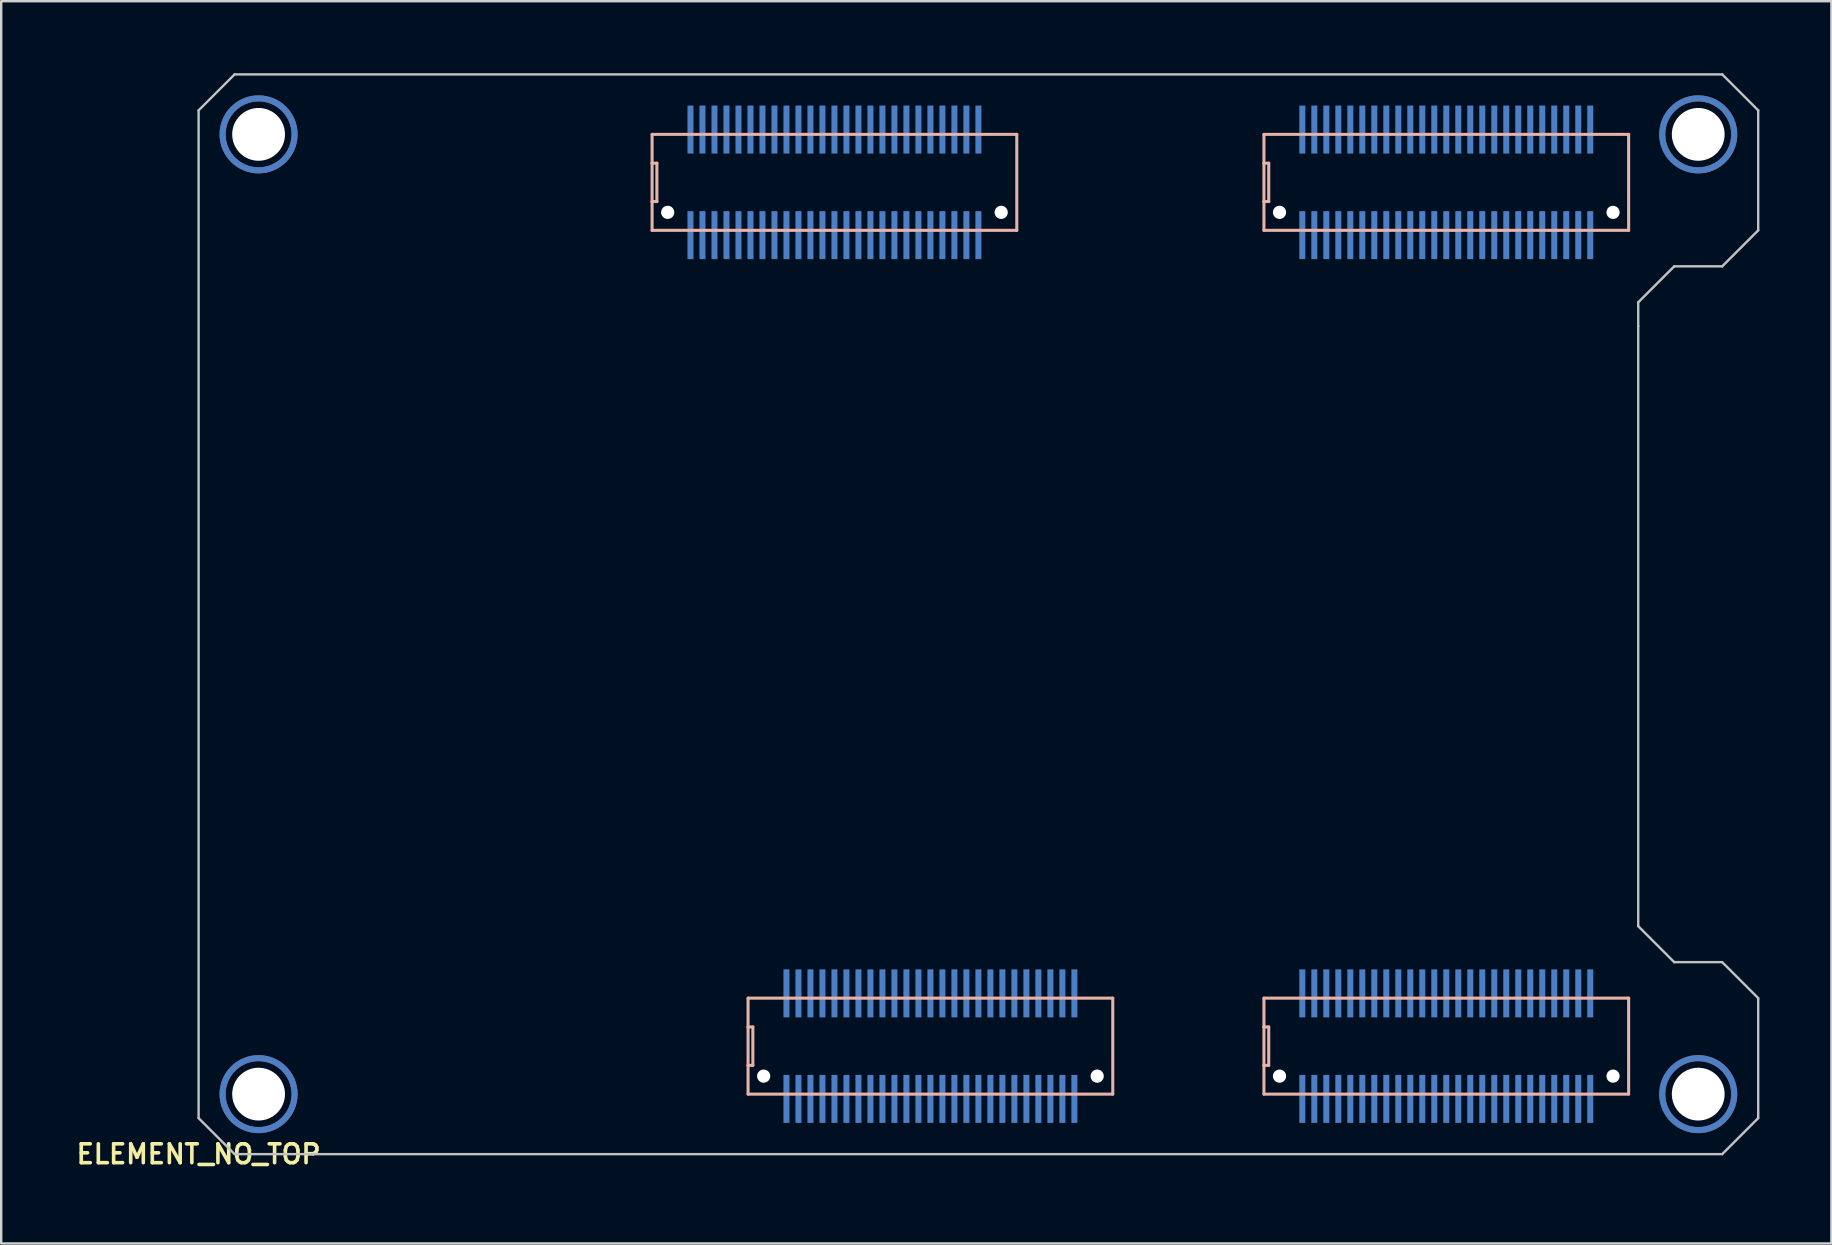
<source format=kicad_pcb>
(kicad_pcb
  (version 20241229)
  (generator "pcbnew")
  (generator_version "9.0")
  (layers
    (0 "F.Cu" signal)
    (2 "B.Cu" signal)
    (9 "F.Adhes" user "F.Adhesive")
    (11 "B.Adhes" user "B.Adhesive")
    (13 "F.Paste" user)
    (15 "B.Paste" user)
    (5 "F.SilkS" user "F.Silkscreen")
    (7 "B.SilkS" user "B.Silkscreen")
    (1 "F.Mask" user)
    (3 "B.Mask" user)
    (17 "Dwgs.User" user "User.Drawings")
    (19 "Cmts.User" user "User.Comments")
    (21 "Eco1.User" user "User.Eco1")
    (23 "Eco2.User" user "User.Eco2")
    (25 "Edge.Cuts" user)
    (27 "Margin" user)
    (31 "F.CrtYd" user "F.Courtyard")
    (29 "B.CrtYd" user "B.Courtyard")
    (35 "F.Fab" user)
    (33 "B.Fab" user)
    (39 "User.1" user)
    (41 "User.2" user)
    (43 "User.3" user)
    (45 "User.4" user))
  (footprint "ELEMENT_NO_TOP"
    (layer "F.Cu")
    (at 5.227 45.05)
    (property "Reference" "ELEMENT_NO_TOP" (at 0 0 0) (layer "F.SilkS") (effects (font (size 0.787 0.787) (thickness 0.15))))
    (attr smd)
    (fp_circle (center 2.5 -42.5) (end 4 -42.5) (stroke (width 0.254) (type solid)) (fill no) (layer "F.Cu"))
    (fp_circle (center 2.5 -2.5) (end 4 -2.5) (stroke (width 0.254) (type solid)) (fill no) (layer "F.Cu"))
    (fp_circle (center 62.5 -42.5) (end 64 -42.5) (stroke (width 0.254) (type solid)) (fill no) (layer "F.Cu"))
    (fp_circle (center 62.5 -2.5) (end 64 -2.5) (stroke (width 0.254) (type solid)) (fill no) (layer "F.Cu"))
    (fp_circle (center 2.5 -42.5) (end 4 -42.5) (stroke (width 0.254) (type solid)) (fill no) (layer "F.Mask"))
    (fp_circle (center 2.5 -2.5) (end 4 -2.5) (stroke (width 0.254) (type solid)) (fill no) (layer "F.Mask"))
    (fp_circle (center 62.5 -42.5) (end 64 -42.5) (stroke (width 0.254) (type solid)) (fill no) (layer "F.Mask"))
    (fp_circle (center 62.5 -2.5) (end 64 -2.5) (stroke (width 0.254) (type solid)) (fill no) (layer "F.Mask"))
    (fp_circle (center 2.5 -42.5) (end 4 -42.5) (stroke (width 0.254) (type solid)) (fill no) (layer "B.Cu"))
    (fp_circle (center 2.5 -2.5) (end 4 -2.5) (stroke (width 0.254) (type solid)) (fill no) (layer "B.Cu"))
    (fp_circle (center 62.5 -42.5) (end 64 -42.5) (stroke (width 0.254) (type solid)) (fill no) (layer "B.Cu"))
    (fp_circle (center 62.5 -2.5) (end 64 -2.5) (stroke (width 0.254) (type solid)) (fill no) (layer "B.Cu"))
    (fp_circle (center 2.5 -42.5) (end 4 -42.5) (stroke (width 0.254) (type solid)) (fill no) (layer "B.Mask"))
    (fp_circle (center 2.5 -2.5) (end 4 -2.5) (stroke (width 0.254) (type solid)) (fill no) (layer "B.Mask"))
    (fp_circle (center 62.5 -42.5) (end 64 -42.5) (stroke (width 0.254) (type solid)) (fill no) (layer "B.Mask"))
    (fp_circle (center 62.5 -2.5) (end 64 -2.5) (stroke (width 0.254) (type solid)) (fill no) (layer "B.Mask"))
    (fp_line (start 18.9 -42.5) (end 18.9 -41.3) (stroke (width 0.127) (type solid)) (layer "B.SilkS"))
    (fp_line (start 18.9 -41.3) (end 18.9 -39.7) (stroke (width 0.127) (type solid)) (layer "B.SilkS"))
    (fp_line (start 18.9 -41.3) (end 19.1 -41.3) (stroke (width 0.127) (type solid)) (layer "B.SilkS"))
    (fp_line (start 18.9 -39.7) (end 18.9 -38.5) (stroke (width 0.127) (type solid)) (layer "B.SilkS"))
    (fp_line (start 18.9 -38.5) (end 34.1 -38.5) (stroke (width 0.127) (type solid)) (layer "B.SilkS"))
    (fp_line (start 19.1 -41.3) (end 19.1 -39.7) (stroke (width 0.127) (type solid)) (layer "B.SilkS"))
    (fp_line (start 19.1 -39.7) (end 18.9 -39.7) (stroke (width 0.127) (type solid)) (layer "B.SilkS"))
    (fp_line (start 22.9 -6.5) (end 22.9 -5.3) (stroke (width 0.127) (type solid)) (layer "B.SilkS"))
    (fp_line (start 22.9 -5.3) (end 22.9 -3.7) (stroke (width 0.127) (type solid)) (layer "B.SilkS"))
    (fp_line (start 22.9 -5.3) (end 23.1 -5.3) (stroke (width 0.127) (type solid)) (layer "B.SilkS"))
    (fp_line (start 22.9 -3.7) (end 22.9 -2.5) (stroke (width 0.127) (type solid)) (layer "B.SilkS"))
    (fp_line (start 22.9 -2.5) (end 38.1 -2.5) (stroke (width 0.127) (type solid)) (layer "B.SilkS"))
    (fp_line (start 23.1 -5.3) (end 23.1 -3.7) (stroke (width 0.127) (type solid)) (layer "B.SilkS"))
    (fp_line (start 23.1 -3.7) (end 22.9 -3.7) (stroke (width 0.127) (type solid)) (layer "B.SilkS"))
    (fp_line (start 34.1 -42.5) (end 18.9 -42.5) (stroke (width 0.127) (type solid)) (layer "B.SilkS"))
    (fp_line (start 34.1 -38.5) (end 34.1 -42.5) (stroke (width 0.127) (type solid)) (layer "B.SilkS"))
    (fp_line (start 38.1 -6.5) (end 22.9 -6.5) (stroke (width 0.127) (type solid)) (layer "B.SilkS"))
    (fp_line (start 38.1 -2.5) (end 38.1 -6.5) (stroke (width 0.127) (type solid)) (layer "B.SilkS"))
    (fp_line (start 44.4 -42.5) (end 44.4 -41.3) (stroke (width 0.127) (type solid)) (layer "B.SilkS"))
    (fp_line (start 44.4 -41.3) (end 44.4 -39.7) (stroke (width 0.127) (type solid)) (layer "B.SilkS"))
    (fp_line (start 44.4 -41.3) (end 44.6 -41.3) (stroke (width 0.127) (type solid)) (layer "B.SilkS"))
    (fp_line (start 44.4 -39.7) (end 44.4 -38.5) (stroke (width 0.127) (type solid)) (layer "B.SilkS"))
    (fp_line (start 44.4 -38.5) (end 59.6 -38.5) (stroke (width 0.127) (type solid)) (layer "B.SilkS"))
    (fp_line (start 44.4 -6.5) (end 44.4 -5.3) (stroke (width 0.127) (type solid)) (layer "B.SilkS"))
    (fp_line (start 44.4 -5.3) (end 44.4 -3.7) (stroke (width 0.127) (type solid)) (layer "B.SilkS"))
    (fp_line (start 44.4 -5.3) (end 44.6 -5.3) (stroke (width 0.127) (type solid)) (layer "B.SilkS"))
    (fp_line (start 44.4 -3.7) (end 44.4 -2.5) (stroke (width 0.127) (type solid)) (layer "B.SilkS"))
    (fp_line (start 44.4 -2.5) (end 59.6 -2.5) (stroke (width 0.127) (type solid)) (layer "B.SilkS"))
    (fp_line (start 44.6 -41.3) (end 44.6 -39.7) (stroke (width 0.127) (type solid)) (layer "B.SilkS"))
    (fp_line (start 44.6 -39.7) (end 44.4 -39.7) (stroke (width 0.127) (type solid)) (layer "B.SilkS"))
    (fp_line (start 44.6 -5.3) (end 44.6 -3.7) (stroke (width 0.127) (type solid)) (layer "B.SilkS"))
    (fp_line (start 44.6 -3.7) (end 44.4 -3.7) (stroke (width 0.127) (type solid)) (layer "B.SilkS"))
    (fp_line (start 59.6 -42.5) (end 44.4 -42.5) (stroke (width 0.127) (type solid)) (layer "B.SilkS"))
    (fp_line (start 59.6 -38.5) (end 59.6 -42.5) (stroke (width 0.127) (type solid)) (layer "B.SilkS"))
    (fp_line (start 59.6 -6.5) (end 44.4 -6.5) (stroke (width 0.127) (type solid)) (layer "B.SilkS"))
    (fp_line (start 59.6 -2.5) (end 59.6 -6.5) (stroke (width 0.127) (type solid)) (layer "B.SilkS"))
    (fp_line (start 0 -43.5) (end 0 -1.5) (stroke (width 0.1) (type solid)) (layer "Dwgs.User"))
    (fp_line (start 0 -1.5) (end 1.5 0) (stroke (width 0.1) (type solid)) (layer "Dwgs.User"))
    (fp_line (start 1.5 -45) (end 0 -43.5) (stroke (width 0.1) (type solid)) (layer "Dwgs.User"))
    (fp_line (start 1.5 0) (end 63.5 0) (stroke (width 0.1) (type solid)) (layer "Dwgs.User"))
    (fp_line (start 60 -35.5) (end 61.5 -37) (stroke (width 0.1) (type solid)) (layer "Dwgs.User"))
    (fp_line (start 60 -34.5) (end 60 -35.5) (stroke (width 0.1) (type solid)) (layer "Dwgs.User"))
    (fp_line (start 60 -9.5) (end 60 -34.5) (stroke (width 0.1) (type solid)) (layer "Dwgs.User"))
    (fp_line (start 61.5 -37) (end 63.5 -37) (stroke (width 0.1) (type solid)) (layer "Dwgs.User"))
    (fp_line (start 61.5 -8) (end 60 -9.5) (stroke (width 0.1) (type solid)) (layer "Dwgs.User"))
    (fp_line (start 63.5 -45) (end 1.5 -45) (stroke (width 0.1) (type solid)) (layer "Dwgs.User"))
    (fp_line (start 63.5 -37) (end 65 -38.5) (stroke (width 0.1) (type solid)) (layer "Dwgs.User"))
    (fp_line (start 63.5 -8) (end 61.5 -8) (stroke (width 0.1) (type solid)) (layer "Dwgs.User"))
    (fp_line (start 63.5 0) (end 65 -1.5) (stroke (width 0.1) (type solid)) (layer "Dwgs.User"))
    (fp_line (start 65 -43.5) (end 63.5 -45) (stroke (width 0.1) (type solid)) (layer "Dwgs.User"))
    (fp_line (start 65 -38.5) (end 65 -43.5) (stroke (width 0.1) (type solid)) (layer "Dwgs.User"))
    (fp_line (start 65 -6.5) (end 63.5 -8) (stroke (width 0.1) (type solid)) (layer "Dwgs.User"))
    (fp_line (start 65 -1.5) (end 65 -6.5) (stroke (width 0.1) (type solid)) (layer "Dwgs.User"))
    (pad "" np_thru_hole circle (at 2.5 -42.5) (size 2.2 2.2) (drill 2.2) (layers "*.Cu" "*.Mask"))
    (pad "" np_thru_hole circle (at 2.5 -2.5) (size 2.2 2.2) (drill 2.2) (layers "*.Cu" "*.Mask"))
    (pad "" np_thru_hole circle (at 19.55 -39.25) (size 0.55 0.55) (drill 0.55) (layers "*.Cu" "*.Mask"))
    (pad "" np_thru_hole circle (at 23.55 -3.25) (size 0.55 0.55) (drill 0.55) (layers "*.Cu" "*.Mask"))
    (pad "" np_thru_hole circle (at 33.45 -39.25) (size 0.55 0.55) (drill 0.55) (layers "*.Cu" "*.Mask"))
    (pad "" np_thru_hole circle (at 37.45 -3.25) (size 0.55 0.55) (drill 0.55) (layers "*.Cu" "*.Mask"))
    (pad "" np_thru_hole circle (at 45.05 -39.25) (size 0.55 0.55) (drill 0.55) (layers "*.Cu" "*.Mask"))
    (pad "" np_thru_hole circle (at 45.05 -3.25) (size 0.55 0.55) (drill 0.55) (layers "*.Cu" "*.Mask"))
    (pad "" np_thru_hole circle (at 58.95 -39.25) (size 0.55 0.55) (drill 0.55) (layers "*.Cu" "*.Mask"))
    (pad "" np_thru_hole circle (at 58.95 -3.25) (size 0.55 0.55) (drill 0.55) (layers "*.Cu" "*.Mask"))
    (pad "" np_thru_hole circle (at 62.5 -42.5) (size 2.2 2.2) (drill 2.2) (layers "*.Cu" "*.Mask"))
    (pad "" np_thru_hole circle (at 62.5 -2.5) (size 2.2 2.2) (drill 2.2) (layers "*.Cu" "*.Mask"))
    (pad "AB_1" smd rect (at 20.5 -38.3 90) (size 2 0.25) (layers "B.Cu" "B.Mask" "B.Paste"))
    (pad "AB_2" smd rect (at 21 -38.3 90) (size 2 0.25) (layers "B.Cu" "B.Mask" "B.Paste"))
    (pad "AB_3" smd rect (at 21.5 -38.3 90) (size 2 0.25) (layers "B.Cu" "B.Mask" "B.Paste"))
    (pad "AB_4" smd rect (at 22 -38.3 90) (size 2 0.25) (layers "B.Cu" "B.Mask" "B.Paste"))
    (pad "AB_5" smd rect (at 22.5 -38.3 90) (size 2 0.25) (layers "B.Cu" "B.Mask" "B.Paste"))
    (pad "AB_6" smd rect (at 23 -38.3 90) (size 2 0.25) (layers "B.Cu" "B.Mask" "B.Paste"))
    (pad "AB_7" smd rect (at 23.5 -38.3 90) (size 2 0.25) (layers "B.Cu" "B.Mask" "B.Paste"))
    (pad "AB_8" smd rect (at 24 -38.3 90) (size 2 0.25) (layers "B.Cu" "B.Mask" "B.Paste"))
    (pad "AB_9" smd rect (at 24.5 -38.3 90) (size 2 0.25) (layers "B.Cu" "B.Mask" "B.Paste"))
    (pad "AB_10" smd rect (at 25 -38.3 90) (size 2 0.25) (layers "B.Cu" "B.Mask" "B.Paste"))
    (pad "AB_11" smd rect (at 25.5 -38.3 90) (size 2 0.25) (layers "B.Cu" "B.Mask" "B.Paste"))
    (pad "AB_12" smd rect (at 26 -38.3 90) (size 2 0.25) (layers "B.Cu" "B.Mask" "B.Paste"))
    (pad "AB_13" smd rect (at 26.5 -38.3 90) (size 2 0.25) (layers "B.Cu" "B.Mask" "B.Paste"))
    (pad "AB_14" smd rect (at 27 -38.3 90) (size 2 0.25) (layers "B.Cu" "B.Mask" "B.Paste"))
    (pad "AB_15" smd rect (at 27.5 -38.3 90) (size 2 0.25) (layers "B.Cu" "B.Mask" "B.Paste"))
    (pad "AB_16" smd rect (at 28 -38.3 90) (size 2 0.25) (layers "B.Cu" "B.Mask" "B.Paste"))
    (pad "AB_17" smd rect (at 28.5 -38.3 90) (size 2 0.25) (layers "B.Cu" "B.Mask" "B.Paste"))
    (pad "AB_18" smd rect (at 29 -38.3 90) (size 2 0.25) (layers "B.Cu" "B.Mask" "B.Paste"))
    (pad "AB_19" smd rect (at 29.5 -38.3 90) (size 2 0.25) (layers "B.Cu" "B.Mask" "B.Paste"))
    (pad "AB_20" smd rect (at 30 -38.3 90) (size 2 0.25) (layers "B.Cu" "B.Mask" "B.Paste"))
    (pad "AB_21" smd rect (at 30.5 -38.3 90) (size 2 0.25) (layers "B.Cu" "B.Mask" "B.Paste"))
    (pad "AB_22" smd rect (at 31 -38.3 90) (size 2 0.25) (layers "B.Cu" "B.Mask" "B.Paste"))
    (pad "AB_23" smd rect (at 31.5 -38.3 90) (size 2 0.25) (layers "B.Cu" "B.Mask" "B.Paste"))
    (pad "AB_24" smd rect (at 32 -38.3 90) (size 2 0.25) (layers "B.Cu" "B.Mask" "B.Paste"))
    (pad "AB_25" smd rect (at 32.5 -38.3 90) (size 2 0.25) (layers "B.Cu" "B.Mask" "B.Paste"))
    (pad "AB_26" smd rect (at 32.5 -42.7 90) (size 2 0.25) (layers "B.Cu" "B.Mask" "B.Paste"))
    (pad "AB_27" smd rect (at 32 -42.7 90) (size 2 0.25) (layers "B.Cu" "B.Mask" "B.Paste"))
    (pad "AB_28" smd rect (at 31.5 -42.7 90) (size 2 0.25) (layers "B.Cu" "B.Mask" "B.Paste"))
    (pad "AB_29" smd rect (at 31 -42.7 90) (size 2 0.25) (layers "B.Cu" "B.Mask" "B.Paste"))
    (pad "AB_30" smd rect (at 30.5 -42.7 90) (size 2 0.25) (layers "B.Cu" "B.Mask" "B.Paste"))
    (pad "AB_31" smd rect (at 30 -42.7 90) (size 2 0.25) (layers "B.Cu" "B.Mask" "B.Paste"))
    (pad "AB_32" smd rect (at 29.5 -42.7 90) (size 2 0.25) (layers "B.Cu" "B.Mask" "B.Paste"))
    (pad "AB_33" smd rect (at 29 -42.7 90) (size 2 0.25) (layers "B.Cu" "B.Mask" "B.Paste"))
    (pad "AB_34" smd rect (at 28.5 -42.7 90) (size 2 0.25) (layers "B.Cu" "B.Mask" "B.Paste"))
    (pad "AB_35" smd rect (at 28 -42.7 90) (size 2 0.25) (layers "B.Cu" "B.Mask" "B.Paste"))
    (pad "AB_36" smd rect (at 27.5 -42.7 90) (size 2 0.25) (layers "B.Cu" "B.Mask" "B.Paste"))
    (pad "AB_37" smd rect (at 27 -42.7 90) (size 2 0.25) (layers "B.Cu" "B.Mask" "B.Paste"))
    (pad "AB_38" smd rect (at 26.5 -42.7 90) (size 2 0.25) (layers "B.Cu" "B.Mask" "B.Paste"))
    (pad "AB_39" smd rect (at 26 -42.7 90) (size 2 0.25) (layers "B.Cu" "B.Mask" "B.Paste"))
    (pad "AB_40" smd rect (at 25.5 -42.7 90) (size 2 0.25) (layers "B.Cu" "B.Mask" "B.Paste"))
    (pad "AB_41" smd rect (at 25 -42.7 90) (size 2 0.25) (layers "B.Cu" "B.Mask" "B.Paste"))
    (pad "AB_42" smd rect (at 24.5 -42.7 90) (size 2 0.25) (layers "B.Cu" "B.Mask" "B.Paste"))
    (pad "AB_43" smd rect (at 24 -42.7 90) (size 2 0.25) (layers "B.Cu" "B.Mask" "B.Paste"))
    (pad "AB_44" smd rect (at 23.5 -42.7 90) (size 2 0.25) (layers "B.Cu" "B.Mask" "B.Paste"))
    (pad "AB_45" smd rect (at 23 -42.7 90) (size 2 0.25) (layers "B.Cu" "B.Mask" "B.Paste"))
    (pad "AB_46" smd rect (at 22.5 -42.7 90) (size 2 0.25) (layers "B.Cu" "B.Mask" "B.Paste"))
    (pad "AB_47" smd rect (at 22 -42.7 90) (size 2 0.25) (layers "B.Cu" "B.Mask" "B.Paste"))
    (pad "AB_48" smd rect (at 21.5 -42.7 90) (size 2 0.25) (layers "B.Cu" "B.Mask" "B.Paste"))
    (pad "AB_49" smd rect (at 21 -42.7 90) (size 2 0.25) (layers "B.Cu" "B.Mask" "B.Paste"))
    (pad "AB_50" smd rect (at 20.5 -42.7 90) (size 2 0.25) (layers "B.Cu" "B.Mask" "B.Paste"))
    (pad "BB_1" smd rect (at 46 -38.3 90) (size 2 0.25) (layers "B.Cu" "B.Mask" "B.Paste"))
    (pad "BB_2" smd rect (at 46.5 -38.3 90) (size 2 0.25) (layers "B.Cu" "B.Mask" "B.Paste"))
    (pad "BB_3" smd rect (at 47 -38.3 90) (size 2 0.25) (layers "B.Cu" "B.Mask" "B.Paste"))
    (pad "BB_4" smd rect (at 47.5 -38.3 90) (size 2 0.25) (layers "B.Cu" "B.Mask" "B.Paste"))
    (pad "BB_5" smd rect (at 48 -38.3 90) (size 2 0.25) (layers "B.Cu" "B.Mask" "B.Paste"))
    (pad "BB_6" smd rect (at 48.5 -38.3 90) (size 2 0.25) (layers "B.Cu" "B.Mask" "B.Paste"))
    (pad "BB_7" smd rect (at 49 -38.3 90) (size 2 0.25) (layers "B.Cu" "B.Mask" "B.Paste"))
    (pad "BB_8" smd rect (at 49.5 -38.3 90) (size 2 0.25) (layers "B.Cu" "B.Mask" "B.Paste"))
    (pad "BB_9" smd rect (at 50 -38.3 90) (size 2 0.25) (layers "B.Cu" "B.Mask" "B.Paste"))
    (pad "BB_10" smd rect (at 50.5 -38.3 90) (size 2 0.25) (layers "B.Cu" "B.Mask" "B.Paste"))
    (pad "BB_11" smd rect (at 51 -38.3 90) (size 2 0.25) (layers "B.Cu" "B.Mask" "B.Paste"))
    (pad "BB_12" smd rect (at 51.5 -38.3 90) (size 2 0.25) (layers "B.Cu" "B.Mask" "B.Paste"))
    (pad "BB_13" smd rect (at 52 -38.3 90) (size 2 0.25) (layers "B.Cu" "B.Mask" "B.Paste"))
    (pad "BB_14" smd rect (at 52.5 -38.3 90) (size 2 0.25) (layers "B.Cu" "B.Mask" "B.Paste"))
    (pad "BB_15" smd rect (at 53 -38.3 90) (size 2 0.25) (layers "B.Cu" "B.Mask" "B.Paste"))
    (pad "BB_16" smd rect (at 53.5 -38.3 90) (size 2 0.25) (layers "B.Cu" "B.Mask" "B.Paste"))
    (pad "BB_17" smd rect (at 54 -38.3 90) (size 2 0.25) (layers "B.Cu" "B.Mask" "B.Paste"))
    (pad "BB_18" smd rect (at 54.5 -38.3 90) (size 2 0.25) (layers "B.Cu" "B.Mask" "B.Paste"))
    (pad "BB_19" smd rect (at 55 -38.3 90) (size 2 0.25) (layers "B.Cu" "B.Mask" "B.Paste"))
    (pad "BB_20" smd rect (at 55.5 -38.3 90) (size 2 0.25) (layers "B.Cu" "B.Mask" "B.Paste"))
    (pad "BB_21" smd rect (at 56 -38.3 90) (size 2 0.25) (layers "B.Cu" "B.Mask" "B.Paste"))
    (pad "BB_22" smd rect (at 56.5 -38.3 90) (size 2 0.25) (layers "B.Cu" "B.Mask" "B.Paste"))
    (pad "BB_23" smd rect (at 57 -38.3 90) (size 2 0.25) (layers "B.Cu" "B.Mask" "B.Paste"))
    (pad "BB_24" smd rect (at 57.5 -38.3 90) (size 2 0.25) (layers "B.Cu" "B.Mask" "B.Paste"))
    (pad "BB_25" smd rect (at 58 -38.3 90) (size 2 0.25) (layers "B.Cu" "B.Mask" "B.Paste"))
    (pad "BB_26" smd rect (at 58 -42.7 90) (size 2 0.25) (layers "B.Cu" "B.Mask" "B.Paste"))
    (pad "BB_27" smd rect (at 57.5 -42.7 90) (size 2 0.25) (layers "B.Cu" "B.Mask" "B.Paste"))
    (pad "BB_28" smd rect (at 57 -42.7 90) (size 2 0.25) (layers "B.Cu" "B.Mask" "B.Paste"))
    (pad "BB_29" smd rect (at 56.5 -42.7 90) (size 2 0.25) (layers "B.Cu" "B.Mask" "B.Paste"))
    (pad "BB_30" smd rect (at 56 -42.7 90) (size 2 0.25) (layers "B.Cu" "B.Mask" "B.Paste"))
    (pad "BB_31" smd rect (at 55.5 -42.7 90) (size 2 0.25) (layers "B.Cu" "B.Mask" "B.Paste"))
    (pad "BB_32" smd rect (at 55 -42.7 90) (size 2 0.25) (layers "B.Cu" "B.Mask" "B.Paste"))
    (pad "BB_33" smd rect (at 54.5 -42.7 90) (size 2 0.25) (layers "B.Cu" "B.Mask" "B.Paste"))
    (pad "BB_34" smd rect (at 54 -42.7 90) (size 2 0.25) (layers "B.Cu" "B.Mask" "B.Paste"))
    (pad "BB_35" smd rect (at 53.5 -42.7 90) (size 2 0.25) (layers "B.Cu" "B.Mask" "B.Paste"))
    (pad "BB_36" smd rect (at 53 -42.7 90) (size 2 0.25) (layers "B.Cu" "B.Mask" "B.Paste"))
    (pad "BB_37" smd rect (at 52.5 -42.7 90) (size 2 0.25) (layers "B.Cu" "B.Mask" "B.Paste"))
    (pad "BB_38" smd rect (at 52 -42.7 90) (size 2 0.25) (layers "B.Cu" "B.Mask" "B.Paste"))
    (pad "BB_39" smd rect (at 51.5 -42.7 90) (size 2 0.25) (layers "B.Cu" "B.Mask" "B.Paste"))
    (pad "BB_40" smd rect (at 51 -42.7 90) (size 2 0.25) (layers "B.Cu" "B.Mask" "B.Paste"))
    (pad "BB_41" smd rect (at 50.5 -42.7 90) (size 2 0.25) (layers "B.Cu" "B.Mask" "B.Paste"))
    (pad "BB_42" smd rect (at 50 -42.7 90) (size 2 0.25) (layers "B.Cu" "B.Mask" "B.Paste"))
    (pad "BB_43" smd rect (at 49.5 -42.7 90) (size 2 0.25) (layers "B.Cu" "B.Mask" "B.Paste"))
    (pad "BB_44" smd rect (at 49 -42.7 90) (size 2 0.25) (layers "B.Cu" "B.Mask" "B.Paste"))
    (pad "BB_45" smd rect (at 48.5 -42.7 90) (size 2 0.25) (layers "B.Cu" "B.Mask" "B.Paste"))
    (pad "BB_46" smd rect (at 48 -42.7 90) (size 2 0.25) (layers "B.Cu" "B.Mask" "B.Paste"))
    (pad "BB_47" smd rect (at 47.5 -42.7 90) (size 2 0.25) (layers "B.Cu" "B.Mask" "B.Paste"))
    (pad "BB_48" smd rect (at 47 -42.7 90) (size 2 0.25) (layers "B.Cu" "B.Mask" "B.Paste"))
    (pad "BB_49" smd rect (at 46.5 -42.7 90) (size 2 0.25) (layers "B.Cu" "B.Mask" "B.Paste"))
    (pad "BB_50" smd rect (at 46 -42.7 90) (size 2 0.25) (layers "B.Cu" "B.Mask" "B.Paste"))
    (pad "CB_1" smd rect (at 24.5 -2.3 90) (size 2 0.25) (layers "B.Cu" "B.Mask" "B.Paste"))
    (pad "CB_2" smd rect (at 25 -2.3 90) (size 2 0.25) (layers "B.Cu" "B.Mask" "B.Paste"))
    (pad "CB_3" smd rect (at 25.5 -2.3 90) (size 2 0.25) (layers "B.Cu" "B.Mask" "B.Paste"))
    (pad "CB_4" smd rect (at 26 -2.3 90) (size 2 0.25) (layers "B.Cu" "B.Mask" "B.Paste"))
    (pad "CB_5" smd rect (at 26.5 -2.3 90) (size 2 0.25) (layers "B.Cu" "B.Mask" "B.Paste"))
    (pad "CB_6" smd rect (at 27 -2.3 90) (size 2 0.25) (layers "B.Cu" "B.Mask" "B.Paste"))
    (pad "CB_7" smd rect (at 27.5 -2.3 90) (size 2 0.25) (layers "B.Cu" "B.Mask" "B.Paste"))
    (pad "CB_8" smd rect (at 28 -2.3 90) (size 2 0.25) (layers "B.Cu" "B.Mask" "B.Paste"))
    (pad "CB_9" smd rect (at 28.5 -2.3 90) (size 2 0.25) (layers "B.Cu" "B.Mask" "B.Paste"))
    (pad "CB_10" smd rect (at 29 -2.3 90) (size 2 0.25) (layers "B.Cu" "B.Mask" "B.Paste"))
    (pad "CB_11" smd rect (at 29.5 -2.3 90) (size 2 0.25) (layers "B.Cu" "B.Mask" "B.Paste"))
    (pad "CB_12" smd rect (at 30 -2.3 90) (size 2 0.25) (layers "B.Cu" "B.Mask" "B.Paste"))
    (pad "CB_13" smd rect (at 30.5 -2.3 90) (size 2 0.25) (layers "B.Cu" "B.Mask" "B.Paste"))
    (pad "CB_14" smd rect (at 31 -2.3 90) (size 2 0.25) (layers "B.Cu" "B.Mask" "B.Paste"))
    (pad "CB_15" smd rect (at 31.5 -2.3 90) (size 2 0.25) (layers "B.Cu" "B.Mask" "B.Paste"))
    (pad "CB_16" smd rect (at 32 -2.3 90) (size 2 0.25) (layers "B.Cu" "B.Mask" "B.Paste"))
    (pad "CB_17" smd rect (at 32.5 -2.3 90) (size 2 0.25) (layers "B.Cu" "B.Mask" "B.Paste"))
    (pad "CB_18" smd rect (at 33 -2.3 90) (size 2 0.25) (layers "B.Cu" "B.Mask" "B.Paste"))
    (pad "CB_19" smd rect (at 33.5 -2.3 90) (size 2 0.25) (layers "B.Cu" "B.Mask" "B.Paste"))
    (pad "CB_20" smd rect (at 34 -2.3 90) (size 2 0.25) (layers "B.Cu" "B.Mask" "B.Paste"))
    (pad "CB_21" smd rect (at 34.5 -2.3 90) (size 2 0.25) (layers "B.Cu" "B.Mask" "B.Paste"))
    (pad "CB_22" smd rect (at 35 -2.3 90) (size 2 0.25) (layers "B.Cu" "B.Mask" "B.Paste"))
    (pad "CB_23" smd rect (at 35.5 -2.3 90) (size 2 0.25) (layers "B.Cu" "B.Mask" "B.Paste"))
    (pad "CB_24" smd rect (at 36 -2.3 90) (size 2 0.25) (layers "B.Cu" "B.Mask" "B.Paste"))
    (pad "CB_25" smd rect (at 36.5 -2.3 90) (size 2 0.25) (layers "B.Cu" "B.Mask" "B.Paste"))
    (pad "CB_26" smd rect (at 36.5 -6.7 90) (size 2 0.25) (layers "B.Cu" "B.Mask" "B.Paste"))
    (pad "CB_27" smd rect (at 36 -6.7 90) (size 2 0.25) (layers "B.Cu" "B.Mask" "B.Paste"))
    (pad "CB_28" smd rect (at 35.5 -6.7 90) (size 2 0.25) (layers "B.Cu" "B.Mask" "B.Paste"))
    (pad "CB_29" smd rect (at 35 -6.7 90) (size 2 0.25) (layers "B.Cu" "B.Mask" "B.Paste"))
    (pad "CB_30" smd rect (at 34.5 -6.7 90) (size 2 0.25) (layers "B.Cu" "B.Mask" "B.Paste"))
    (pad "CB_31" smd rect (at 34 -6.7 90) (size 2 0.25) (layers "B.Cu" "B.Mask" "B.Paste"))
    (pad "CB_32" smd rect (at 33.5 -6.7 90) (size 2 0.25) (layers "B.Cu" "B.Mask" "B.Paste"))
    (pad "CB_33" smd rect (at 33 -6.7 90) (size 2 0.25) (layers "B.Cu" "B.Mask" "B.Paste"))
    (pad "CB_34" smd rect (at 32.5 -6.7 90) (size 2 0.25) (layers "B.Cu" "B.Mask" "B.Paste"))
    (pad "CB_35" smd rect (at 32 -6.7 90) (size 2 0.25) (layers "B.Cu" "B.Mask" "B.Paste"))
    (pad "CB_36" smd rect (at 31.5 -6.7 90) (size 2 0.25) (layers "B.Cu" "B.Mask" "B.Paste"))
    (pad "CB_37" smd rect (at 31 -6.7 90) (size 2 0.25) (layers "B.Cu" "B.Mask" "B.Paste"))
    (pad "CB_38" smd rect (at 30.5 -6.7 90) (size 2 0.25) (layers "B.Cu" "B.Mask" "B.Paste"))
    (pad "CB_39" smd rect (at 30 -6.7 90) (size 2 0.25) (layers "B.Cu" "B.Mask" "B.Paste"))
    (pad "CB_40" smd rect (at 29.5 -6.7 90) (size 2 0.25) (layers "B.Cu" "B.Mask" "B.Paste"))
    (pad "CB_41" smd rect (at 29 -6.7 90) (size 2 0.25) (layers "B.Cu" "B.Mask" "B.Paste"))
    (pad "CB_42" smd rect (at 28.5 -6.7 90) (size 2 0.25) (layers "B.Cu" "B.Mask" "B.Paste"))
    (pad "CB_43" smd rect (at 28 -6.7 90) (size 2 0.25) (layers "B.Cu" "B.Mask" "B.Paste"))
    (pad "CB_44" smd rect (at 27.5 -6.7 90) (size 2 0.25) (layers "B.Cu" "B.Mask" "B.Paste"))
    (pad "CB_45" smd rect (at 27 -6.7 90) (size 2 0.25) (layers "B.Cu" "B.Mask" "B.Paste"))
    (pad "CB_46" smd rect (at 26.5 -6.7 90) (size 2 0.25) (layers "B.Cu" "B.Mask" "B.Paste"))
    (pad "CB_47" smd rect (at 26 -6.7 90) (size 2 0.25) (layers "B.Cu" "B.Mask" "B.Paste"))
    (pad "CB_48" smd rect (at 25.5 -6.7 90) (size 2 0.25) (layers "B.Cu" "B.Mask" "B.Paste"))
    (pad "CB_49" smd rect (at 25 -6.7 90) (size 2 0.25) (layers "B.Cu" "B.Mask" "B.Paste"))
    (pad "CB_50" smd rect (at 24.5 -6.7 90) (size 2 0.25) (layers "B.Cu" "B.Mask" "B.Paste"))
    (pad "DB_1" smd rect (at 46 -2.3 90) (size 2 0.25) (layers "B.Cu" "B.Mask" "B.Paste"))
    (pad "DB_2" smd rect (at 46.5 -2.3 90) (size 2 0.25) (layers "B.Cu" "B.Mask" "B.Paste"))
    (pad "DB_3" smd rect (at 47 -2.3 90) (size 2 0.25) (layers "B.Cu" "B.Mask" "B.Paste"))
    (pad "DB_4" smd rect (at 47.5 -2.3 90) (size 2 0.25) (layers "B.Cu" "B.Mask" "B.Paste"))
    (pad "DB_5" smd rect (at 48 -2.3 90) (size 2 0.25) (layers "B.Cu" "B.Mask" "B.Paste"))
    (pad "DB_6" smd rect (at 48.5 -2.3 90) (size 2 0.25) (layers "B.Cu" "B.Mask" "B.Paste"))
    (pad "DB_7" smd rect (at 49 -2.3 90) (size 2 0.25) (layers "B.Cu" "B.Mask" "B.Paste"))
    (pad "DB_8" smd rect (at 49.5 -2.3 90) (size 2 0.25) (layers "B.Cu" "B.Mask" "B.Paste"))
    (pad "DB_9" smd rect (at 50 -2.3 90) (size 2 0.25) (layers "B.Cu" "B.Mask" "B.Paste"))
    (pad "DB_10" smd rect (at 50.5 -2.3 90) (size 2 0.25) (layers "B.Cu" "B.Mask" "B.Paste"))
    (pad "DB_11" smd rect (at 51 -2.3 90) (size 2 0.25) (layers "B.Cu" "B.Mask" "B.Paste"))
    (pad "DB_12" smd rect (at 51.5 -2.3 90) (size 2 0.25) (layers "B.Cu" "B.Mask" "B.Paste"))
    (pad "DB_13" smd rect (at 52 -2.3 90) (size 2 0.25) (layers "B.Cu" "B.Mask" "B.Paste"))
    (pad "DB_14" smd rect (at 52.5 -2.3 90) (size 2 0.25) (layers "B.Cu" "B.Mask" "B.Paste"))
    (pad "DB_15" smd rect (at 53 -2.3 90) (size 2 0.25) (layers "B.Cu" "B.Mask" "B.Paste"))
    (pad "DB_16" smd rect (at 53.5 -2.3 90) (size 2 0.25) (layers "B.Cu" "B.Mask" "B.Paste"))
    (pad "DB_17" smd rect (at 54 -2.3 90) (size 2 0.25) (layers "B.Cu" "B.Mask" "B.Paste"))
    (pad "DB_18" smd rect (at 54.5 -2.3 90) (size 2 0.25) (layers "B.Cu" "B.Mask" "B.Paste"))
    (pad "DB_19" smd rect (at 55 -2.3 90) (size 2 0.25) (layers "B.Cu" "B.Mask" "B.Paste"))
    (pad "DB_20" smd rect (at 55.5 -2.3 90) (size 2 0.25) (layers "B.Cu" "B.Mask" "B.Paste"))
    (pad "DB_21" smd rect (at 56 -2.3 90) (size 2 0.25) (layers "B.Cu" "B.Mask" "B.Paste"))
    (pad "DB_22" smd rect (at 56.5 -2.3 90) (size 2 0.25) (layers "B.Cu" "B.Mask" "B.Paste"))
    (pad "DB_23" smd rect (at 57 -2.3 90) (size 2 0.25) (layers "B.Cu" "B.Mask" "B.Paste"))
    (pad "DB_24" smd rect (at 57.5 -2.3 90) (size 2 0.25) (layers "B.Cu" "B.Mask" "B.Paste"))
    (pad "DB_25" smd rect (at 58 -2.3 90) (size 2 0.25) (layers "B.Cu" "B.Mask" "B.Paste"))
    (pad "DB_26" smd rect (at 58 -6.7 90) (size 2 0.25) (layers "B.Cu" "B.Mask" "B.Paste"))
    (pad "DB_27" smd rect (at 57.5 -6.7 90) (size 2 0.25) (layers "B.Cu" "B.Mask" "B.Paste"))
    (pad "DB_28" smd rect (at 57 -6.7 90) (size 2 0.25) (layers "B.Cu" "B.Mask" "B.Paste"))
    (pad "DB_29" smd rect (at 56.5 -6.7 90) (size 2 0.25) (layers "B.Cu" "B.Mask" "B.Paste"))
    (pad "DB_30" smd rect (at 56 -6.7 90) (size 2 0.25) (layers "B.Cu" "B.Mask" "B.Paste"))
    (pad "DB_31" smd rect (at 55.5 -6.7 90) (size 2 0.25) (layers "B.Cu" "B.Mask" "B.Paste"))
    (pad "DB_32" smd rect (at 55 -6.7 90) (size 2 0.25) (layers "B.Cu" "B.Mask" "B.Paste"))
    (pad "DB_33" smd rect (at 54.5 -6.7 90) (size 2 0.25) (layers "B.Cu" "B.Mask" "B.Paste"))
    (pad "DB_34" smd rect (at 54 -6.7 90) (size 2 0.25) (layers "B.Cu" "B.Mask" "B.Paste"))
    (pad "DB_35" smd rect (at 53.5 -6.7 90) (size 2 0.25) (layers "B.Cu" "B.Mask" "B.Paste"))
    (pad "DB_36" smd rect (at 53 -6.7 90) (size 2 0.25) (layers "B.Cu" "B.Mask" "B.Paste"))
    (pad "DB_37" smd rect (at 52.5 -6.7 90) (size 2 0.25) (layers "B.Cu" "B.Mask" "B.Paste"))
    (pad "DB_38" smd rect (at 52 -6.7 90) (size 2 0.25) (layers "B.Cu" "B.Mask" "B.Paste"))
    (pad "DB_39" smd rect (at 51.5 -6.7 90) (size 2 0.25) (layers "B.Cu" "B.Mask" "B.Paste"))
    (pad "DB_40" smd rect (at 51 -6.7 90) (size 2 0.25) (layers "B.Cu" "B.Mask" "B.Paste"))
    (pad "DB_41" smd rect (at 50.5 -6.7 90) (size 2 0.25) (layers "B.Cu" "B.Mask" "B.Paste"))
    (pad "DB_42" smd rect (at 50 -6.7 90) (size 2 0.25) (layers "B.Cu" "B.Mask" "B.Paste"))
    (pad "DB_43" smd rect (at 49.5 -6.7 90) (size 2 0.25) (layers "B.Cu" "B.Mask" "B.Paste"))
    (pad "DB_44" smd rect (at 49 -6.7 90) (size 2 0.25) (layers "B.Cu" "B.Mask" "B.Paste"))
    (pad "DB_45" smd rect (at 48.5 -6.7 90) (size 2 0.25) (layers "B.Cu" "B.Mask" "B.Paste"))
    (pad "DB_46" smd rect (at 48 -6.7 90) (size 2 0.25) (layers "B.Cu" "B.Mask" "B.Paste"))
    (pad "DB_47" smd rect (at 47.5 -6.7 90) (size 2 0.25) (layers "B.Cu" "B.Mask" "B.Paste"))
    (pad "DB_48" smd rect (at 47 -6.7 90) (size 2 0.25) (layers "B.Cu" "B.Mask" "B.Paste"))
    (pad "DB_49" smd rect (at 46.5 -6.7 90) (size 2 0.25) (layers "B.Cu" "B.Mask" "B.Paste"))
    (pad "DB_50" smd rect (at 46 -6.7 90) (size 2 0.25) (layers "B.Cu" "B.Mask" "B.Paste")))
  (gr_rect
    (start -3 -3)
    (end 73.277 48.774)
    (stroke (width 0.1) (type default))
    (fill no)
    (layer "Edge.Cuts")))
</source>
